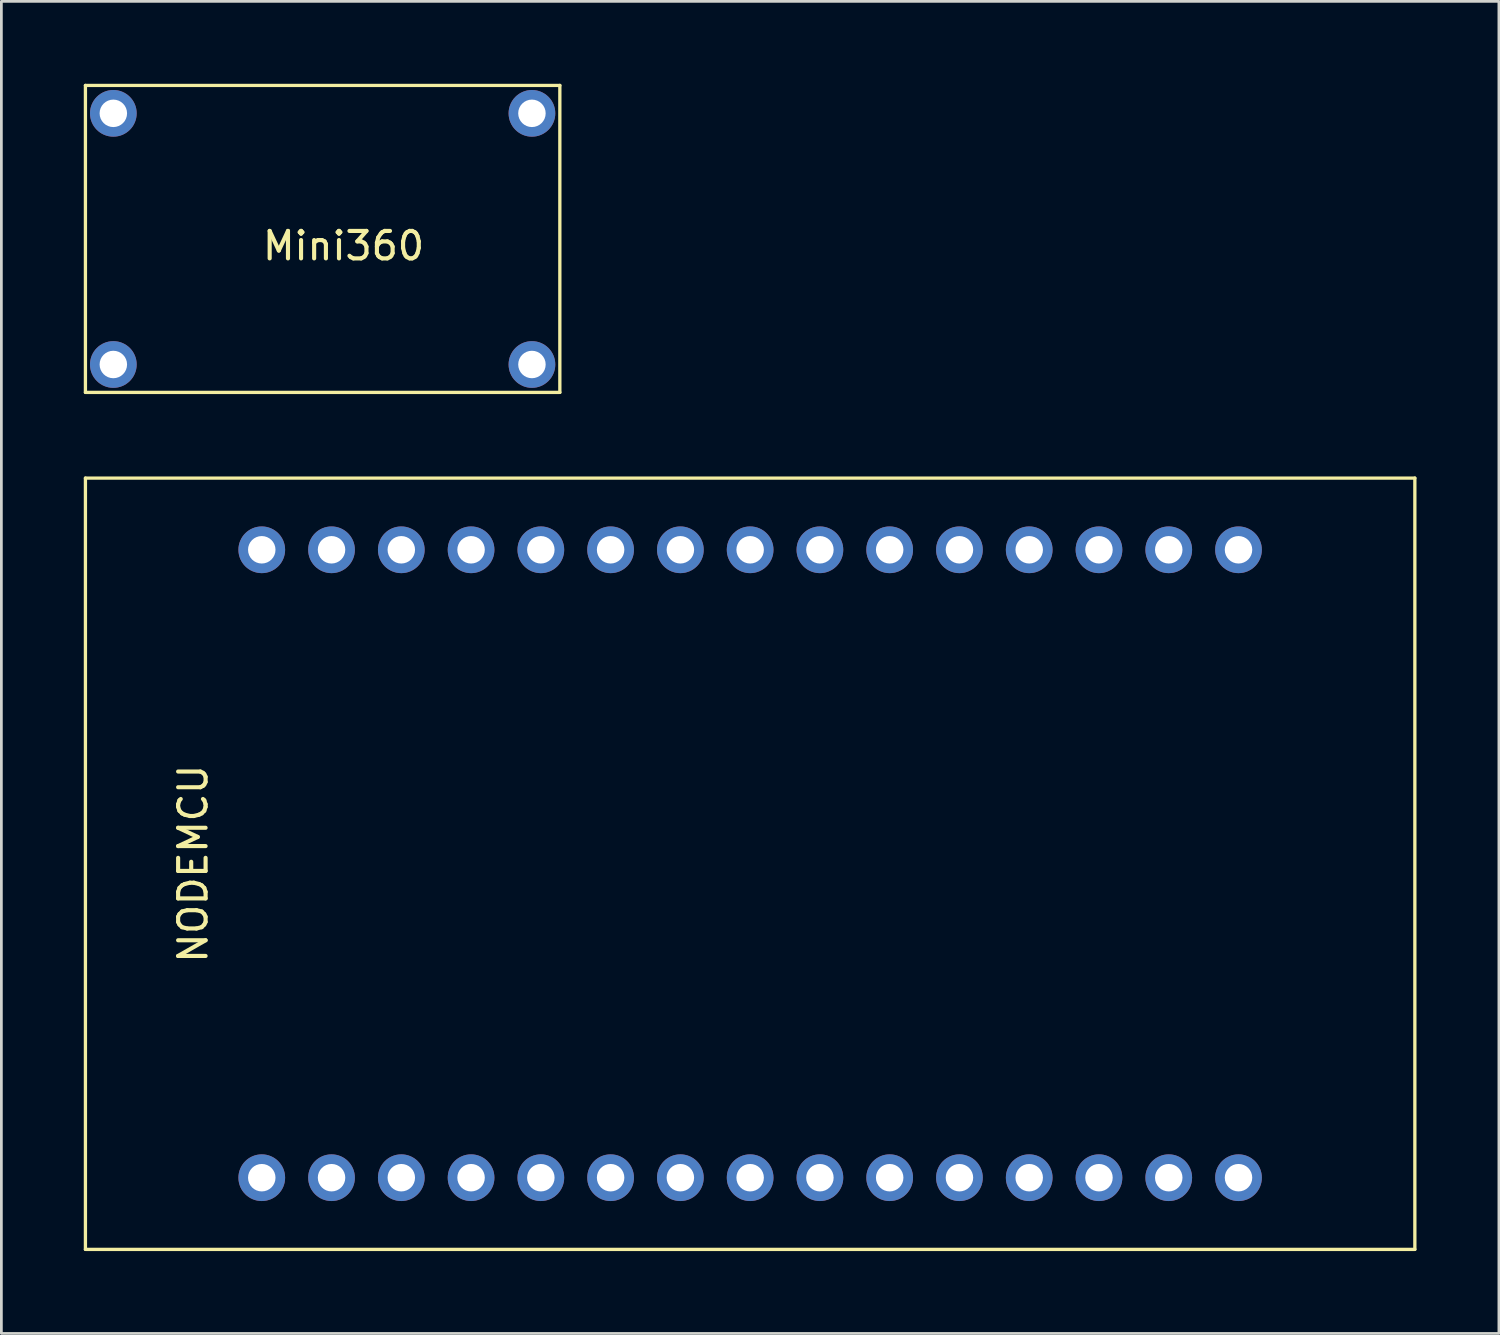
<source format=kicad_pcb>
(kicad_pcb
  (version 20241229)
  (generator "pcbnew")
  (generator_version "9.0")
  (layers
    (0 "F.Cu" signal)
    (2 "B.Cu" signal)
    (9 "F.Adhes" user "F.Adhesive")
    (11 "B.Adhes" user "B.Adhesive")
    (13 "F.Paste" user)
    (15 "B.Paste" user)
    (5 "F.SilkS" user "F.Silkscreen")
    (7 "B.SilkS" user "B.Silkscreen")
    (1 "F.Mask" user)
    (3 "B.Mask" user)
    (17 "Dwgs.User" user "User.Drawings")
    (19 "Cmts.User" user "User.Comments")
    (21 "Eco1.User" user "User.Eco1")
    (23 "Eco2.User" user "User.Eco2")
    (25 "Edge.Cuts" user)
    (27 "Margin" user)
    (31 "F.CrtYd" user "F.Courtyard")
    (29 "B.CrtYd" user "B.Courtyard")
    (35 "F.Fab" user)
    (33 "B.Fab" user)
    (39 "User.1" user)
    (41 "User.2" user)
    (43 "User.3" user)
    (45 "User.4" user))
  (footprint "Mini360"
    (layer "F.Cu")
    (at 8.95 5.14)
    (property "Reference" "Mini360" (at 0.508 0.762 0) (layer "F.SilkS") (effects (font (size 1 1) (thickness 0.15))))
    (attr through_hole)
    (fp_line (start -8.89 -5.08) (end -8.89 6.096) (stroke (width 0.12) (type solid)) (layer "F.SilkS"))
    (fp_line (start -8.89 6.096) (end 8.382 6.096) (stroke (width 0.12) (type solid)) (layer "F.SilkS"))
    (fp_line (start 8.382 -5.08) (end -8.89 -5.08) (stroke (width 0.12) (type solid)) (layer "F.SilkS"))
    (fp_line (start 8.382 6.096) (end 8.382 -5.08) (stroke (width 0.12) (type solid)) (layer "F.SilkS"))
    (pad "IN+" thru_hole circle (at -7.874 5.08) (size 1.7 1.7) (drill 1) (layers "*.Cu" "*.Mask"))
    (pad "IN-" thru_hole circle (at -7.874 -4.064) (size 1.7 1.7) (drill 1) (layers "*.Cu" "*.Mask"))
    (pad "OUT+" thru_hole circle (at 7.366 5.08) (size 1.7 1.7) (drill 1) (layers "*.Cu" "*.Mask"))
    (pad "OUT-" thru_hole circle (at 7.366 -4.064) (size 1.7 1.7) (drill 1) (layers "*.Cu" "*.Mask")))
  (footprint "NODEMCU"
    (layer "F.Cu")
    (at 24.26 28.396)
    (property "Reference" "NODEMCU" (at -20.28 0 90) (layer "F.SilkS") (effects (font (size 1 1) (thickness 0.15))))
    (attr through_hole)
    (fp_line (start -24.2 -14.04) (end -24.2 14.04) (stroke (width 0.12) (type solid)) (layer "F.SilkS"))
    (fp_line (start -24.2 14.04) (end 24.2 14.04) (stroke (width 0.12) (type solid)) (layer "F.SilkS"))
    (fp_line (start 24.2 -14.04) (end -24.2 -14.04) (stroke (width 0.12) (type solid)) (layer "F.SilkS"))
    (fp_line (start 24.2 14.04) (end 24.2 -14.04) (stroke (width 0.12) (type solid)) (layer "F.SilkS"))
    (pad "3V3" thru_hole circle (at -5.08 -11.43) (size 1.7 1.7) (drill 1) (layers "*.Cu" "*.Mask"))
    (pad "3V3" thru_hole circle (at 7.62 11.43) (size 1.7 1.7) (drill 1) (layers "*.Cu" "*.Mask"))
    (pad "3V3" thru_hole circle (at 17.78 -11.43) (size 1.7 1.7) (drill 1) (layers "*.Cu" "*.Mask"))
    (pad "AD0" thru_hole circle (at -17.78 11.43) (size 1.7 1.7) (drill 1) (layers "*.Cu" "*.Mask"))
    (pad "CLK" thru_hole circle (at 2.54 11.43) (size 1.7 1.7) (drill 1) (layers "*.Cu" "*.Mask"))
    (pad "CMD" thru_hole circle (at -2.54 11.43) (size 1.7 1.7) (drill 1) (layers "*.Cu" "*.Mask"))
    (pad "D0" thru_hole circle (at -17.78 -11.43) (size 1.7 1.7) (drill 1) (layers "*.Cu" "*.Mask"))
    (pad "D1" thru_hole circle (at -15.24 -11.43) (size 1.7 1.7) (drill 1) (layers "*.Cu" "*.Mask"))
    (pad "D2" thru_hole circle (at -12.7 -11.43) (size 1.7 1.7) (drill 1) (layers "*.Cu" "*.Mask"))
    (pad "D3" thru_hole circle (at -10.16 -11.43) (size 1.7 1.7) (drill 1) (layers "*.Cu" "*.Mask"))
    (pad "D4" thru_hole circle (at -7.62 -11.43) (size 1.7 1.7) (drill 1) (layers "*.Cu" "*.Mask"))
    (pad "D5" thru_hole circle (at 0 -11.43) (size 1.7 1.7) (drill 1) (layers "*.Cu" "*.Mask"))
    (pad "D6" thru_hole circle (at 2.54 -11.43) (size 1.7 1.7) (drill 1) (layers "*.Cu" "*.Mask"))
    (pad "D7" thru_hole circle (at 5.08 -11.43) (size 1.7 1.7) (drill 1) (layers "*.Cu" "*.Mask"))
    (pad "D8" thru_hole circle (at 7.62 -11.43) (size 1.7 1.7) (drill 1) (layers "*.Cu" "*.Mask"))
    (pad "EN" thru_hole circle (at 10.16 11.43) (size 1.7 1.7) (drill 1) (layers "*.Cu" "*.Mask"))
    (pad "GND" thru_hole circle (at -2.54 -11.43) (size 1.7 1.7) (drill 1) (layers "*.Cu" "*.Mask"))
    (pad "GND" thru_hole circle (at 5.08 11.43) (size 1.7 1.7) (drill 1) (layers "*.Cu" "*.Mask"))
    (pad "GND" thru_hole circle (at 15.24 -11.43) (size 1.7 1.7) (drill 1) (layers "*.Cu" "*.Mask"))
    (pad "GND" thru_hole circle (at 15.24 11.43) (size 1.7 1.7) (drill 1) (layers "*.Cu" "*.Mask"))
    (pad "RST" thru_hole circle (at 12.7 11.43) (size 1.7 1.7) (drill 1) (layers "*.Cu" "*.Mask"))
    (pad "RSV" thru_hole circle (at -15.24 11.43) (size 1.7 1.7) (drill 1) (layers "*.Cu" "*.Mask"))
    (pad "RSV" thru_hole circle (at -12.7 11.43) (size 1.7 1.7) (drill 1) (layers "*.Cu" "*.Mask"))
    (pad "RX" thru_hole circle (at 10.16 -11.43) (size 1.7 1.7) (drill 1) (layers "*.Cu" "*.Mask"))
    (pad "SD1" thru_hole circle (at -5.08 11.43) (size 1.7 1.7) (drill 1) (layers "*.Cu" "*.Mask"))
    (pad "SD2" thru_hole circle (at -7.62 11.43) (size 1.7 1.7) (drill 1) (layers "*.Cu" "*.Mask"))
    (pad "SD3" thru_hole circle (at -10.16 11.43) (size 1.7 1.7) (drill 1) (layers "*.Cu" "*.Mask"))
    (pad "SD08" thru_hole circle (at 0 11.43) (size 1.7 1.7) (drill 1) (layers "*.Cu" "*.Mask"))
    (pad "TX" thru_hole circle (at 12.7 -11.43) (size 1.7 1.7) (drill 1) (layers "*.Cu" "*.Mask"))
    (pad "VIN" thru_hole circle (at 17.78 11.43) (size 1.7 1.7) (drill 1) (layers "*.Cu" "*.Mask")))
  (gr_rect
    (start -3 -3)
    (end 51.52 45.496)
    (stroke (width 0.1) (type default))
    (fill no)
    (layer "Edge.Cuts")))
</source>
